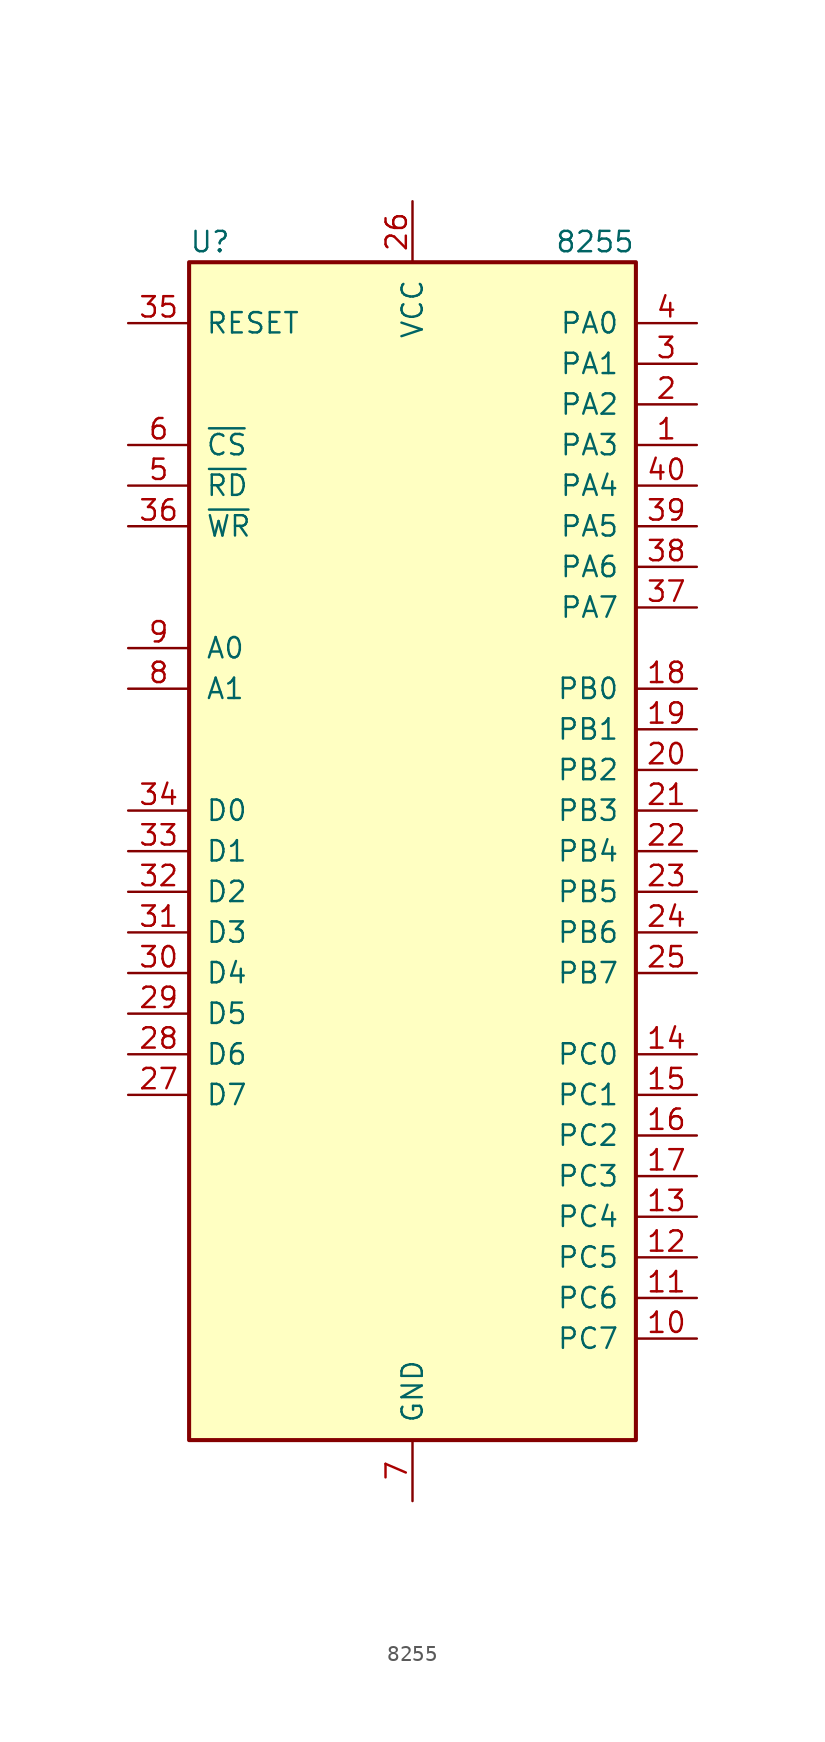
<source format=kicad_sym>
(kicad_symbol_lib
  (version 20200908)
  (generator kicad_symbol_editor)
  (symbol "Interface:8255"
    (pin_names
      (offset 1.016))
    (property "Reference" "U"
      (at -13.97 38.1 0)
      (effects (font (size 1.27 1.27)) (justify left)))
    (property "Value" "8255"
      (at 8.89 38.1 0)
      (effects (font (size 1.27 1.27)) (justify left)))
    (symbol "8255_1_1"
      (rectangle (start -13.97 -36.83) (end 13.97 36.83) (stroke (width 0.254)) (fill (type background)))
      (pin bidirectional line (at 17.78 25.4 180) (length 3.81) (name "PA3" (effects (font (size 1.27 1.27)))) (number "1" (effects (font (size 1.27 1.27)))))
      (pin bidirectional line (at 17.78 -30.48 180) (length 3.81) (name "PC7" (effects (font (size 1.27 1.27)))) (number "10" (effects (font (size 1.27 1.27)))))
      (pin bidirectional line (at 17.78 -27.94 180) (length 3.81) (name "PC6" (effects (font (size 1.27 1.27)))) (number "11" (effects (font (size 1.27 1.27)))))
      (pin bidirectional line (at 17.78 -25.4 180) (length 3.81) (name "PC5" (effects (font (size 1.27 1.27)))) (number "12" (effects (font (size 1.27 1.27)))))
      (pin bidirectional line (at 17.78 -22.86 180) (length 3.81) (name "PC4" (effects (font (size 1.27 1.27)))) (number "13" (effects (font (size 1.27 1.27)))))
      (pin bidirectional line (at 17.78 -12.7 180) (length 3.81) (name "PC0" (effects (font (size 1.27 1.27)))) (number "14" (effects (font (size 1.27 1.27)))))
      (pin bidirectional line (at 17.78 -15.24 180) (length 3.81) (name "PC1" (effects (font (size 1.27 1.27)))) (number "15" (effects (font (size 1.27 1.27)))))
      (pin bidirectional line (at 17.78 -17.78 180) (length 3.81) (name "PC2" (effects (font (size 1.27 1.27)))) (number "16" (effects (font (size 1.27 1.27)))))
      (pin bidirectional line (at 17.78 -20.32 180) (length 3.81) (name "PC3" (effects (font (size 1.27 1.27)))) (number "17" (effects (font (size 1.27 1.27)))))
      (pin bidirectional line (at 17.78 10.16 180) (length 3.81) (name "PB0" (effects (font (size 1.27 1.27)))) (number "18" (effects (font (size 1.27 1.27)))))
      (pin bidirectional line (at 17.78 7.62 180) (length 3.81) (name "PB1" (effects (font (size 1.27 1.27)))) (number "19" (effects (font (size 1.27 1.27)))))
      (pin bidirectional line (at 17.78 27.94 180) (length 3.81) (name "PA2" (effects (font (size 1.27 1.27)))) (number "2" (effects (font (size 1.27 1.27)))))
      (pin bidirectional line (at 17.78 5.08 180) (length 3.81) (name "PB2" (effects (font (size 1.27 1.27)))) (number "20" (effects (font (size 1.27 1.27)))))
      (pin bidirectional line (at 17.78 2.54 180) (length 3.81) (name "PB3" (effects (font (size 1.27 1.27)))) (number "21" (effects (font (size 1.27 1.27)))))
      (pin bidirectional line (at 17.78 0 180) (length 3.81) (name "PB4" (effects (font (size 1.27 1.27)))) (number "22" (effects (font (size 1.27 1.27)))))
      (pin bidirectional line (at 17.78 -2.54 180) (length 3.81) (name "PB5" (effects (font (size 1.27 1.27)))) (number "23" (effects (font (size 1.27 1.27)))))
      (pin bidirectional line (at 17.78 -5.08 180) (length 3.81) (name "PB6" (effects (font (size 1.27 1.27)))) (number "24" (effects (font (size 1.27 1.27)))))
      (pin bidirectional line (at 17.78 -7.62 180) (length 3.81) (name "PB7" (effects (font (size 1.27 1.27)))) (number "25" (effects (font (size 1.27 1.27)))))
      (pin power_in line (at 0 40.64 270) (length 3.81) (name "VCC" (effects (font (size 1.27 1.27)))) (number "26" (effects (font (size 1.27 1.27)))))
      (pin bidirectional line (at -17.78 -15.24 0) (length 3.81) (name "D7" (effects (font (size 1.27 1.27)))) (number "27" (effects (font (size 1.27 1.27)))))
      (pin bidirectional line (at -17.78 -12.7 0) (length 3.81) (name "D6" (effects (font (size 1.27 1.27)))) (number "28" (effects (font (size 1.27 1.27)))))
      (pin bidirectional line (at -17.78 -10.16 0) (length 3.81) (name "D5" (effects (font (size 1.27 1.27)))) (number "29" (effects (font (size 1.27 1.27)))))
      (pin bidirectional line (at 17.78 30.48 180) (length 3.81) (name "PA1" (effects (font (size 1.27 1.27)))) (number "3" (effects (font (size 1.27 1.27)))))
      (pin bidirectional line (at -17.78 -7.62 0) (length 3.81) (name "D4" (effects (font (size 1.27 1.27)))) (number "30" (effects (font (size 1.27 1.27)))))
      (pin bidirectional line (at -17.78 -5.08 0) (length 3.81) (name "D3" (effects (font (size 1.27 1.27)))) (number "31" (effects (font (size 1.27 1.27)))))
      (pin bidirectional line (at -17.78 -2.54 0) (length 3.81) (name "D2" (effects (font (size 1.27 1.27)))) (number "32" (effects (font (size 1.27 1.27)))))
      (pin bidirectional line (at -17.78 0 0) (length 3.81) (name "D1" (effects (font (size 1.27 1.27)))) (number "33" (effects (font (size 1.27 1.27)))))
      (pin bidirectional line (at -17.78 2.54 0) (length 3.81) (name "D0" (effects (font (size 1.27 1.27)))) (number "34" (effects (font (size 1.27 1.27)))))
      (pin input line (at -17.78 33.02 0) (length 3.81) (name "RESET" (effects (font (size 1.27 1.27)))) (number "35" (effects (font (size 1.27 1.27)))))
      (pin input line (at -17.78 20.32 0) (length 3.81) (name "~WR~" (effects (font (size 1.27 1.27)))) (number "36" (effects (font (size 1.27 1.27)))))
      (pin bidirectional line (at 17.78 15.24 180) (length 3.81) (name "PA7" (effects (font (size 1.27 1.27)))) (number "37" (effects (font (size 1.27 1.27)))))
      (pin bidirectional line (at 17.78 17.78 180) (length 3.81) (name "PA6" (effects (font (size 1.27 1.27)))) (number "38" (effects (font (size 1.27 1.27)))))
      (pin bidirectional line (at 17.78 20.32 180) (length 3.81) (name "PA5" (effects (font (size 1.27 1.27)))) (number "39" (effects (font (size 1.27 1.27)))))
      (pin bidirectional line (at 17.78 33.02 180) (length 3.81) (name "PA0" (effects (font (size 1.27 1.27)))) (number "4" (effects (font (size 1.27 1.27)))))
      (pin bidirectional line (at 17.78 22.86 180) (length 3.81) (name "PA4" (effects (font (size 1.27 1.27)))) (number "40" (effects (font (size 1.27 1.27)))))
      (pin input line (at -17.78 22.86 0) (length 3.81) (name "~RD~" (effects (font (size 1.27 1.27)))) (number "5" (effects (font (size 1.27 1.27)))))
      (pin input line (at -17.78 25.4 0) (length 3.81) (name "~CS~" (effects (font (size 1.27 1.27)))) (number "6" (effects (font (size 1.27 1.27)))))
      (pin power_in line (at 0 -40.64 90) (length 3.81) (name "GND" (effects (font (size 1.27 1.27)))) (number "7" (effects (font (size 1.27 1.27)))))
      (pin input line (at -17.78 10.16 0) (length 3.81) (name "A1" (effects (font (size 1.27 1.27)))) (number "8" (effects (font (size 1.27 1.27)))))
      (pin input line (at -17.78 12.7 0) (length 3.81) (name "A0" (effects (font (size 1.27 1.27)))) (number "9" (effects (font (size 1.27 1.27))))))))
</source>
